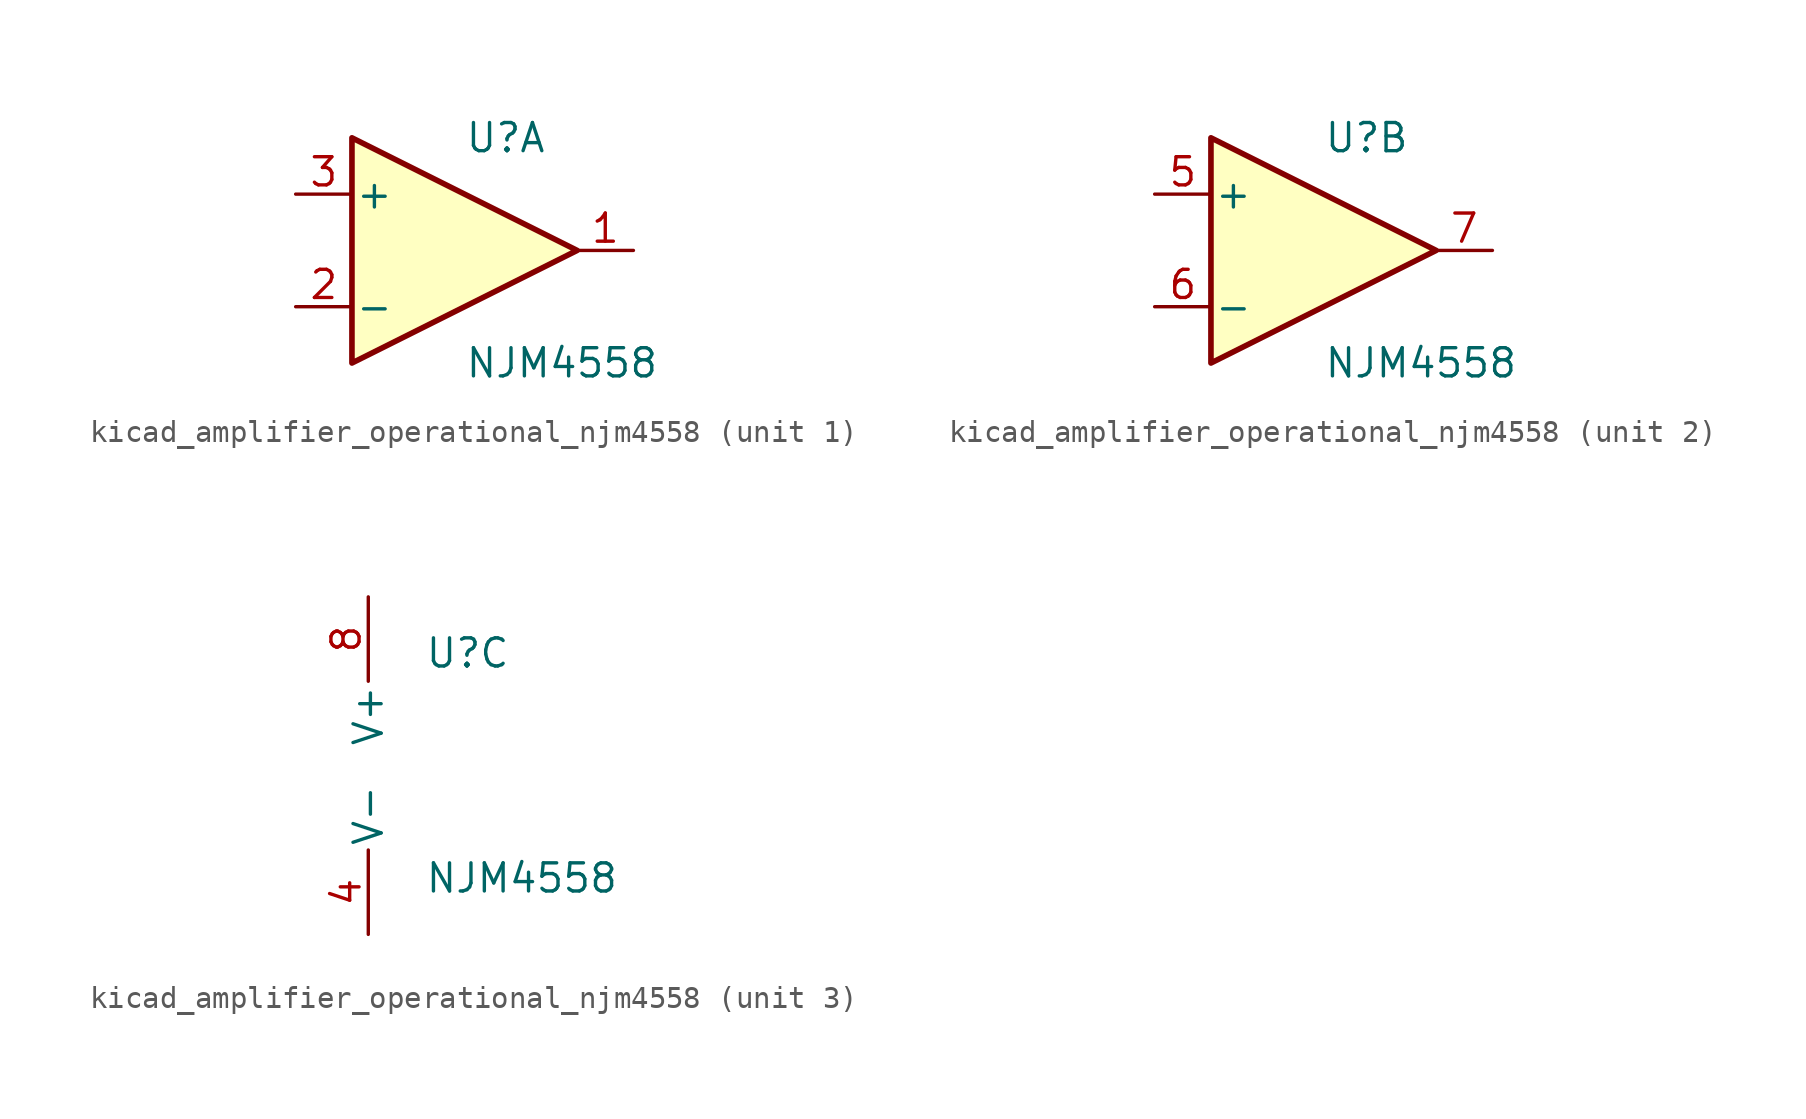
<source format=kicad_sym>
(kicad_symbol_lib
  (version 20220914)
  (generator kicad_symbol_editor)
  (symbol "kicad_amplifier_operational_njm4558"
    (pin_names
      (offset 0.127))
    (property "Reference" "U"
      (at 0 5.08 0)
      (effects (font (size 1.27 1.27)) (justify left)))
    (property "Value" "NJM4558"
      (at 0 -5.08 0)
      (effects (font (size 1.27 1.27)) (justify left)))
    (property "ki_locked" ""
      (at 0 0 0)
      (effects (font (size 1.27 1.27))))
    (symbol "kicad_amplifier_operational_njm4558_1_1"
      (polyline (pts (xy -5.08 5.08) (xy 5.08 0) (xy -5.08 -5.08) (xy -5.08 5.08)) (stroke (width 0.254) (type default)) (fill (type background)))
      (pin output line (at 7.62 0 180) (length 2.54) (name "~" (effects (font (size 1.27 1.27)))) (number "1" (effects (font (size 1.27 1.27)))))
      (pin input line (at -7.62 -2.54 0) (length 2.54) (name "-" (effects (font (size 1.27 1.27)))) (number "2" (effects (font (size 1.27 1.27)))))
      (pin input line (at -7.62 2.54 0) (length 2.54) (name "+" (effects (font (size 1.27 1.27)))) (number "3" (effects (font (size 1.27 1.27))))))
    (symbol "kicad_amplifier_operational_njm4558_2_1"
      (polyline (pts (xy -5.08 5.08) (xy 5.08 0) (xy -5.08 -5.08) (xy -5.08 5.08)) (stroke (width 0.254) (type default)) (fill (type background)))
      (pin input line (at -7.62 2.54 0) (length 2.54) (name "+" (effects (font (size 1.27 1.27)))) (number "5" (effects (font (size 1.27 1.27)))))
      (pin input line (at -7.62 -2.54 0) (length 2.54) (name "-" (effects (font (size 1.27 1.27)))) (number "6" (effects (font (size 1.27 1.27)))))
      (pin output line (at 7.62 0 180) (length 2.54) (name "~" (effects (font (size 1.27 1.27)))) (number "7" (effects (font (size 1.27 1.27))))))
    (symbol "kicad_amplifier_operational_njm4558_3_1"
      (pin power_in line (at -2.54 -7.62 90) (length 3.81) (name "V-" (effects (font (size 1.27 1.27)))) (number "4" (effects (font (size 1.27 1.27)))))
      (pin power_in line (at -2.54 7.62 270) (length 3.81) (name "V+" (effects (font (size 1.27 1.27)))) (number "8" (effects (font (size 1.27 1.27))))))))
</source>
